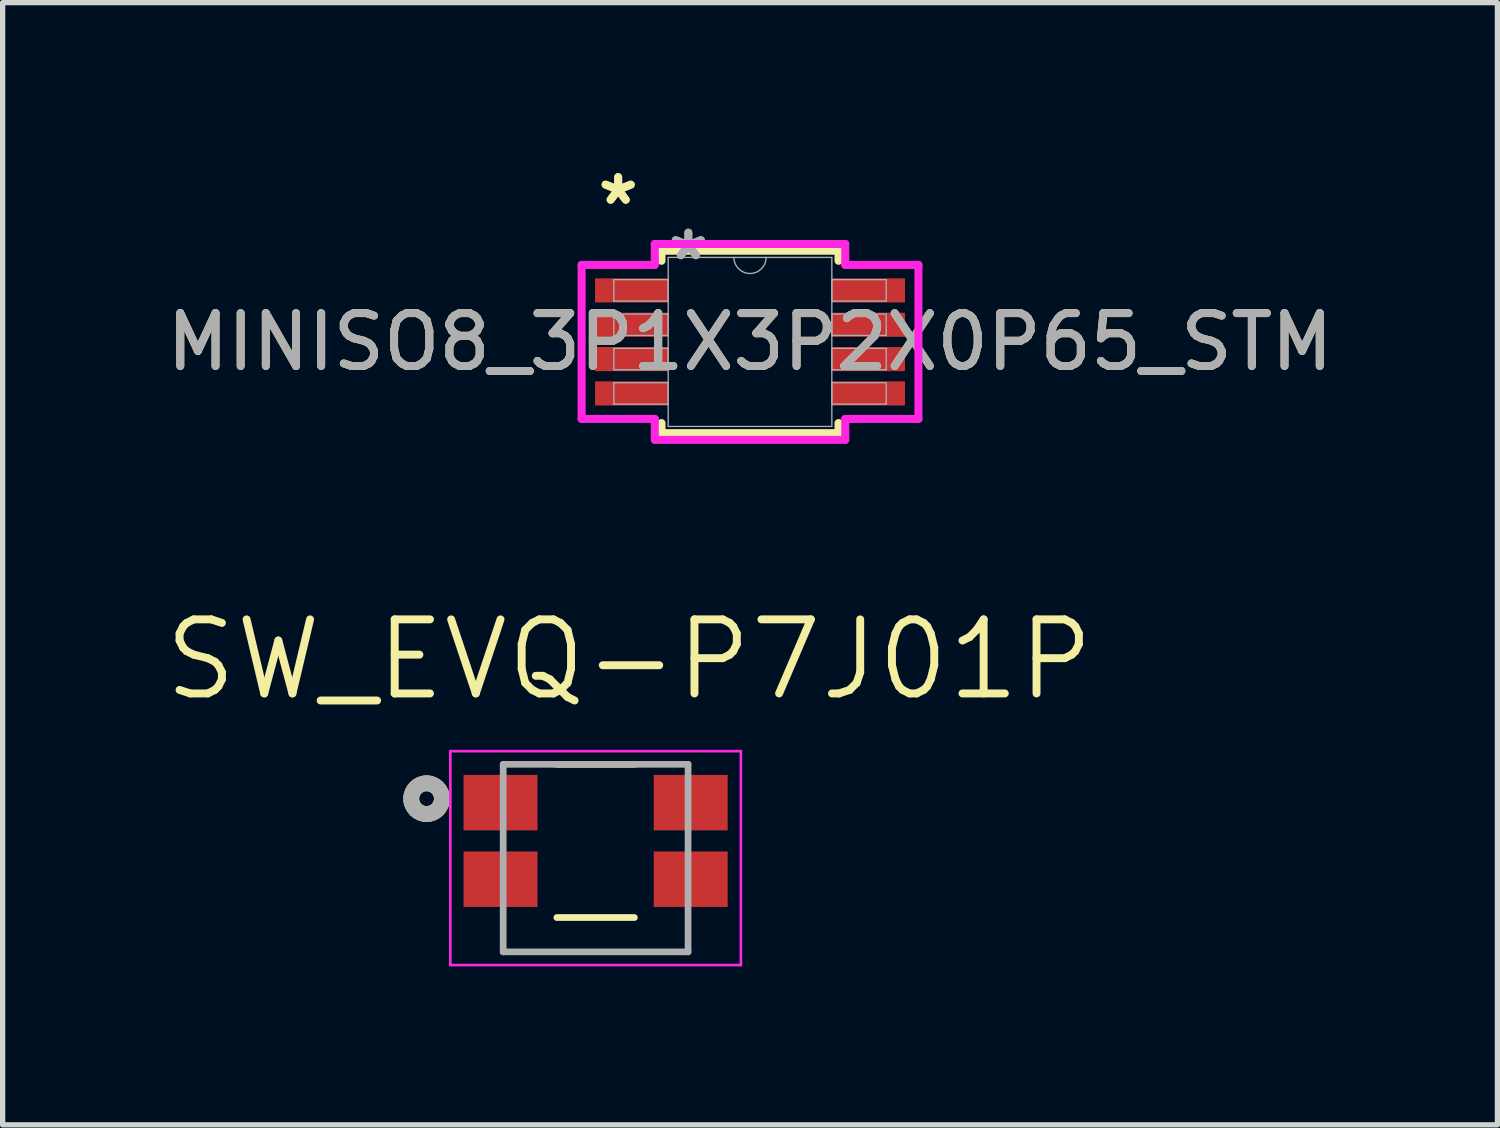
<source format=kicad_pcb>
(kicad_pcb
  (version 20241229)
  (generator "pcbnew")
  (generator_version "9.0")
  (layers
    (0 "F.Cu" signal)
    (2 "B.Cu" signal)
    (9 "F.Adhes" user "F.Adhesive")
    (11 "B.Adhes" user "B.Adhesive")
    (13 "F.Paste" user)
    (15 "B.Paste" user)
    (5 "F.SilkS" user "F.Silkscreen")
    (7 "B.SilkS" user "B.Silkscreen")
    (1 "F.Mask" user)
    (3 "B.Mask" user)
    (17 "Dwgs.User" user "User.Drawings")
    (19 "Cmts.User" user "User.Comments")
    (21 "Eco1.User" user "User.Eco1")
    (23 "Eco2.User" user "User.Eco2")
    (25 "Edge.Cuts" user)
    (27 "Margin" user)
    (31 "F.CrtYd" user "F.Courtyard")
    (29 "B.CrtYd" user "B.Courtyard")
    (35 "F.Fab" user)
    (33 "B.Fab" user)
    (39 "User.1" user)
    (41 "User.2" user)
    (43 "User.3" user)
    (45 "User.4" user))
  (footprint "SW_EVQ-P7J01P"
    (layer "F.Cu")
    (at 8.226 12.87)
    (property "Reference" "SW_EVQ-P7J01P" (at 0.636 -3.433 0) (layer "F.SilkS") (effects (font (size 1.402 1.402) (thickness 0.15))))
    (attr smd)
    (fp_line (start -0.734 -1.45) (end 0.734 -1.45) (stroke (width 0.127) (type solid)) (layer "F.SilkS"))
    (fp_line (start 0.734 1.45) (end -0.734 1.45) (stroke (width 0.127) (type solid)) (layer "F.SilkS"))
    (fp_circle (center -3.2 -0.8) (end -3.059 -0.8) (stroke (width 0.3) (type solid)) (fill no) (layer "F.SilkS"))
    (fp_line (start -2.75 -1.7) (end 2.75 -1.7) (stroke (width 0.05) (type solid)) (layer "F.CrtYd"))
    (fp_line (start -2.75 2.35) (end -2.75 -1.7) (stroke (width 0.05) (type solid)) (layer "F.CrtYd"))
    (fp_line (start 2.75 -1.7) (end 2.75 2.35) (stroke (width 0.05) (type solid)) (layer "F.CrtYd"))
    (fp_line (start 2.75 2.35) (end -2.75 2.35) (stroke (width 0.05) (type solid)) (layer "F.CrtYd"))
    (fp_line (start -1.75 -1.45) (end 1.75 -1.45) (stroke (width 0.127) (type solid)) (layer "F.Fab"))
    (fp_line (start -1.75 2.1) (end -1.75 -1.45) (stroke (width 0.127) (type solid)) (layer "F.Fab"))
    (fp_line (start 1.75 -1.45) (end 1.75 2.1) (stroke (width 0.127) (type solid)) (layer "F.Fab"))
    (fp_line (start 1.75 2.1) (end -1.75 2.1) (stroke (width 0.127) (type solid)) (layer "F.Fab"))
    (fp_circle (center -3.2 -0.8) (end -3.059 -0.8) (stroke (width 0.3) (type solid)) (fill no) (layer "F.Fab"))
    (pad "1" smd rect (at -1.8 -0.725) (size 1.4 1.05) (layers "F.Cu" "F.Mask" "F.Paste"))
    (pad "1" smd rect (at 1.8 -0.725) (size 1.4 1.05) (layers "F.Cu" "F.Mask" "F.Paste"))
    (pad "2" smd rect (at -1.8 0.725) (size 1.4 1.05) (layers "F.Cu" "F.Mask" "F.Paste"))
    (pad "2" smd rect (at 1.8 0.725) (size 1.4 1.05) (layers "F.Cu" "F.Mask" "F.Paste")))
  (footprint "MINISO8_3P1X3P2X0P65_STM"
    (layer "F.Cu")
    (at 11.149 3.423)
    (property "Reference" "MINISO8_3P1X3P2X0P65_STM" (at 0 0 0) (unlocked yes) (layer "F.SilkS") (effects (font (size 1 1) (thickness 0.15))))
    (attr smd)
    (fp_line (start -1.676 -1.727) (end -1.676 -1.536) (stroke (width 0.152) (type solid)) (layer "F.SilkS"))
    (fp_line (start -1.676 1.536) (end -1.676 1.727) (stroke (width 0.152) (type solid)) (layer "F.SilkS"))
    (fp_line (start -1.676 1.727) (end 1.676 1.727) (stroke (width 0.152) (type solid)) (layer "F.SilkS"))
    (fp_line (start 1.676 -1.727) (end -1.676 -1.727) (stroke (width 0.152) (type solid)) (layer "F.SilkS"))
    (fp_line (start 1.676 -1.536) (end 1.676 -1.727) (stroke (width 0.152) (type solid)) (layer "F.SilkS"))
    (fp_line (start 1.676 1.727) (end 1.676 1.536) (stroke (width 0.152) (type solid)) (layer "F.SilkS"))
    (fp_line (start -3.188 -1.458) (end -1.803 -1.458) (stroke (width 0.152) (type solid)) (layer "F.CrtYd"))
    (fp_line (start -3.188 1.458) (end -3.188 -1.458) (stroke (width 0.152) (type solid)) (layer "F.CrtYd"))
    (fp_line (start -3.188 1.458) (end -1.803 1.458) (stroke (width 0.152) (type solid)) (layer "F.CrtYd"))
    (fp_line (start -1.803 -1.854) (end 1.803 -1.854) (stroke (width 0.152) (type solid)) (layer "F.CrtYd"))
    (fp_line (start -1.803 -1.458) (end -1.803 -1.854) (stroke (width 0.152) (type solid)) (layer "F.CrtYd"))
    (fp_line (start -1.803 1.854) (end -1.803 1.458) (stroke (width 0.152) (type solid)) (layer "F.CrtYd"))
    (fp_line (start 1.803 -1.854) (end 1.803 -1.458) (stroke (width 0.152) (type solid)) (layer "F.CrtYd"))
    (fp_line (start 1.803 1.458) (end 1.803 1.854) (stroke (width 0.152) (type solid)) (layer "F.CrtYd"))
    (fp_line (start 1.803 1.854) (end -1.803 1.854) (stroke (width 0.152) (type solid)) (layer "F.CrtYd"))
    (fp_line (start 3.188 -1.458) (end 1.803 -1.458) (stroke (width 0.152) (type solid)) (layer "F.CrtYd"))
    (fp_line (start 3.188 -1.458) (end 3.188 1.458) (stroke (width 0.152) (type solid)) (layer "F.CrtYd"))
    (fp_line (start 3.188 1.458) (end 1.803 1.458) (stroke (width 0.152) (type solid)) (layer "F.CrtYd"))
    (fp_line (start -2.578 -1.178) (end -2.578 -0.772) (stroke (width 0.025) (type solid)) (layer "F.Fab"))
    (fp_line (start -2.578 -0.772) (end -1.549 -0.772) (stroke (width 0.025) (type solid)) (layer "F.Fab"))
    (fp_line (start -2.578 -0.528) (end -2.578 -0.122) (stroke (width 0.025) (type solid)) (layer "F.Fab"))
    (fp_line (start -2.578 -0.122) (end -1.549 -0.122) (stroke (width 0.025) (type solid)) (layer "F.Fab"))
    (fp_line (start -2.578 0.122) (end -2.578 0.528) (stroke (width 0.025) (type solid)) (layer "F.Fab"))
    (fp_line (start -2.578 0.528) (end -1.549 0.528) (stroke (width 0.025) (type solid)) (layer "F.Fab"))
    (fp_line (start -2.578 0.772) (end -2.578 1.178) (stroke (width 0.025) (type solid)) (layer "F.Fab"))
    (fp_line (start -2.578 1.178) (end -1.549 1.178) (stroke (width 0.025) (type solid)) (layer "F.Fab"))
    (fp_line (start -1.549 -1.6) (end -1.549 1.6) (stroke (width 0.025) (type solid)) (layer "F.Fab"))
    (fp_line (start -1.549 -1.178) (end -2.578 -1.178) (stroke (width 0.025) (type solid)) (layer "F.Fab"))
    (fp_line (start -1.549 -0.772) (end -1.549 -1.178) (stroke (width 0.025) (type solid)) (layer "F.Fab"))
    (fp_line (start -1.549 -0.528) (end -2.578 -0.528) (stroke (width 0.025) (type solid)) (layer "F.Fab"))
    (fp_line (start -1.549 -0.122) (end -1.549 -0.528) (stroke (width 0.025) (type solid)) (layer "F.Fab"))
    (fp_line (start -1.549 0.122) (end -2.578 0.122) (stroke (width 0.025) (type solid)) (layer "F.Fab"))
    (fp_line (start -1.549 0.528) (end -1.549 0.122) (stroke (width 0.025) (type solid)) (layer "F.Fab"))
    (fp_line (start -1.549 0.772) (end -2.578 0.772) (stroke (width 0.025) (type solid)) (layer "F.Fab"))
    (fp_line (start -1.549 1.178) (end -1.549 0.772) (stroke (width 0.025) (type solid)) (layer "F.Fab"))
    (fp_line (start -1.549 1.6) (end 1.549 1.6) (stroke (width 0.025) (type solid)) (layer "F.Fab"))
    (fp_line (start 1.549 -1.6) (end -1.549 -1.6) (stroke (width 0.025) (type solid)) (layer "F.Fab"))
    (fp_line (start 1.549 -1.178) (end 1.549 -0.772) (stroke (width 0.025) (type solid)) (layer "F.Fab"))
    (fp_line (start 1.549 -0.772) (end 2.578 -0.772) (stroke (width 0.025) (type solid)) (layer "F.Fab"))
    (fp_line (start 1.549 -0.528) (end 1.549 -0.122) (stroke (width 0.025) (type solid)) (layer "F.Fab"))
    (fp_line (start 1.549 -0.122) (end 2.578 -0.122) (stroke (width 0.025) (type solid)) (layer "F.Fab"))
    (fp_line (start 1.549 0.122) (end 1.549 0.528) (stroke (width 0.025) (type solid)) (layer "F.Fab"))
    (fp_line (start 1.549 0.528) (end 2.578 0.528) (stroke (width 0.025) (type solid)) (layer "F.Fab"))
    (fp_line (start 1.549 0.772) (end 1.549 1.178) (stroke (width 0.025) (type solid)) (layer "F.Fab"))
    (fp_line (start 1.549 1.178) (end 2.578 1.178) (stroke (width 0.025) (type solid)) (layer "F.Fab"))
    (fp_line (start 1.549 1.6) (end 1.549 -1.6) (stroke (width 0.025) (type solid)) (layer "F.Fab"))
    (fp_line (start 2.578 -1.178) (end 1.549 -1.178) (stroke (width 0.025) (type solid)) (layer "F.Fab"))
    (fp_line (start 2.578 -0.772) (end 2.578 -1.178) (stroke (width 0.025) (type solid)) (layer "F.Fab"))
    (fp_line (start 2.578 -0.528) (end 1.549 -0.528) (stroke (width 0.025) (type solid)) (layer "F.Fab"))
    (fp_line (start 2.578 -0.122) (end 2.578 -0.528) (stroke (width 0.025) (type solid)) (layer "F.Fab"))
    (fp_line (start 2.578 0.122) (end 1.549 0.122) (stroke (width 0.025) (type solid)) (layer "F.Fab"))
    (fp_line (start 2.578 0.528) (end 2.578 0.122) (stroke (width 0.025) (type solid)) (layer "F.Fab"))
    (fp_line (start 2.578 0.772) (end 1.549 0.772) (stroke (width 0.025) (type solid)) (layer "F.Fab"))
    (fp_line (start 2.578 1.178) (end 2.578 0.772) (stroke (width 0.025) (type solid)) (layer "F.Fab"))
    (fp_arc (start 0.3048 -1.6002) (mid 0 -1.2954) (end -0.3048 -1.6002) (stroke (width 0.0254) (type solid)) (layer "F.Fab"))
    (fp_text user "*" (at -2.496 -2.575 0) (layer "F.SilkS") (effects (font (size 1 1) (thickness 0.15))))
    (fp_text user "*" (at -2.496 -2.575 0) (unlocked yes) (layer "F.SilkS") (effects (font (size 1 1) (thickness 0.15))))
    (fp_text user "*" (at -1.168 -1.524 0) (unlocked yes) (layer "F.Fab") (effects (font (size 1 1) (thickness 0.15))))
    (fp_text user "*" (at -1.168 -1.524 0) (layer "F.Fab") (effects (font (size 1 1) (thickness 0.15))))
    (fp_text user "${REFERENCE}" (at 0 0 0) (unlocked yes) (layer "F.Fab") (effects (font (size 1 1) (thickness 0.15))))
    (pad "1" smd rect (at -2.242 -0.975) (size 1.384 0.457) (layers "F.Cu" "F.Mask" "F.Paste"))
    (pad "2" smd rect (at -2.242 -0.325) (size 1.384 0.457) (layers "F.Cu" "F.Mask" "F.Paste"))
    (pad "3" smd rect (at -2.242 0.325) (size 1.384 0.457) (layers "F.Cu" "F.Mask" "F.Paste"))
    (pad "4" smd rect (at -2.242 0.975) (size 1.384 0.457) (layers "F.Cu" "F.Mask" "F.Paste"))
    (pad "5" smd rect (at 2.242 0.975) (size 1.384 0.457) (layers "F.Cu" "F.Mask" "F.Paste"))
    (pad "6" smd rect (at 2.242 0.325) (size 1.384 0.457) (layers "F.Cu" "F.Mask" "F.Paste"))
    (pad "7" smd rect (at 2.242 -0.325) (size 1.384 0.457) (layers "F.Cu" "F.Mask" "F.Paste"))
    (pad "8" smd rect (at 2.242 -0.975) (size 1.384 0.457) (layers "F.Cu" "F.Mask" "F.Paste")))
  (gr_rect
    (start -3 -3)
    (end 25.298 18.245)
    (stroke (width 0.1) (type default))
    (fill no)
    (layer "Edge.Cuts")))
</source>
